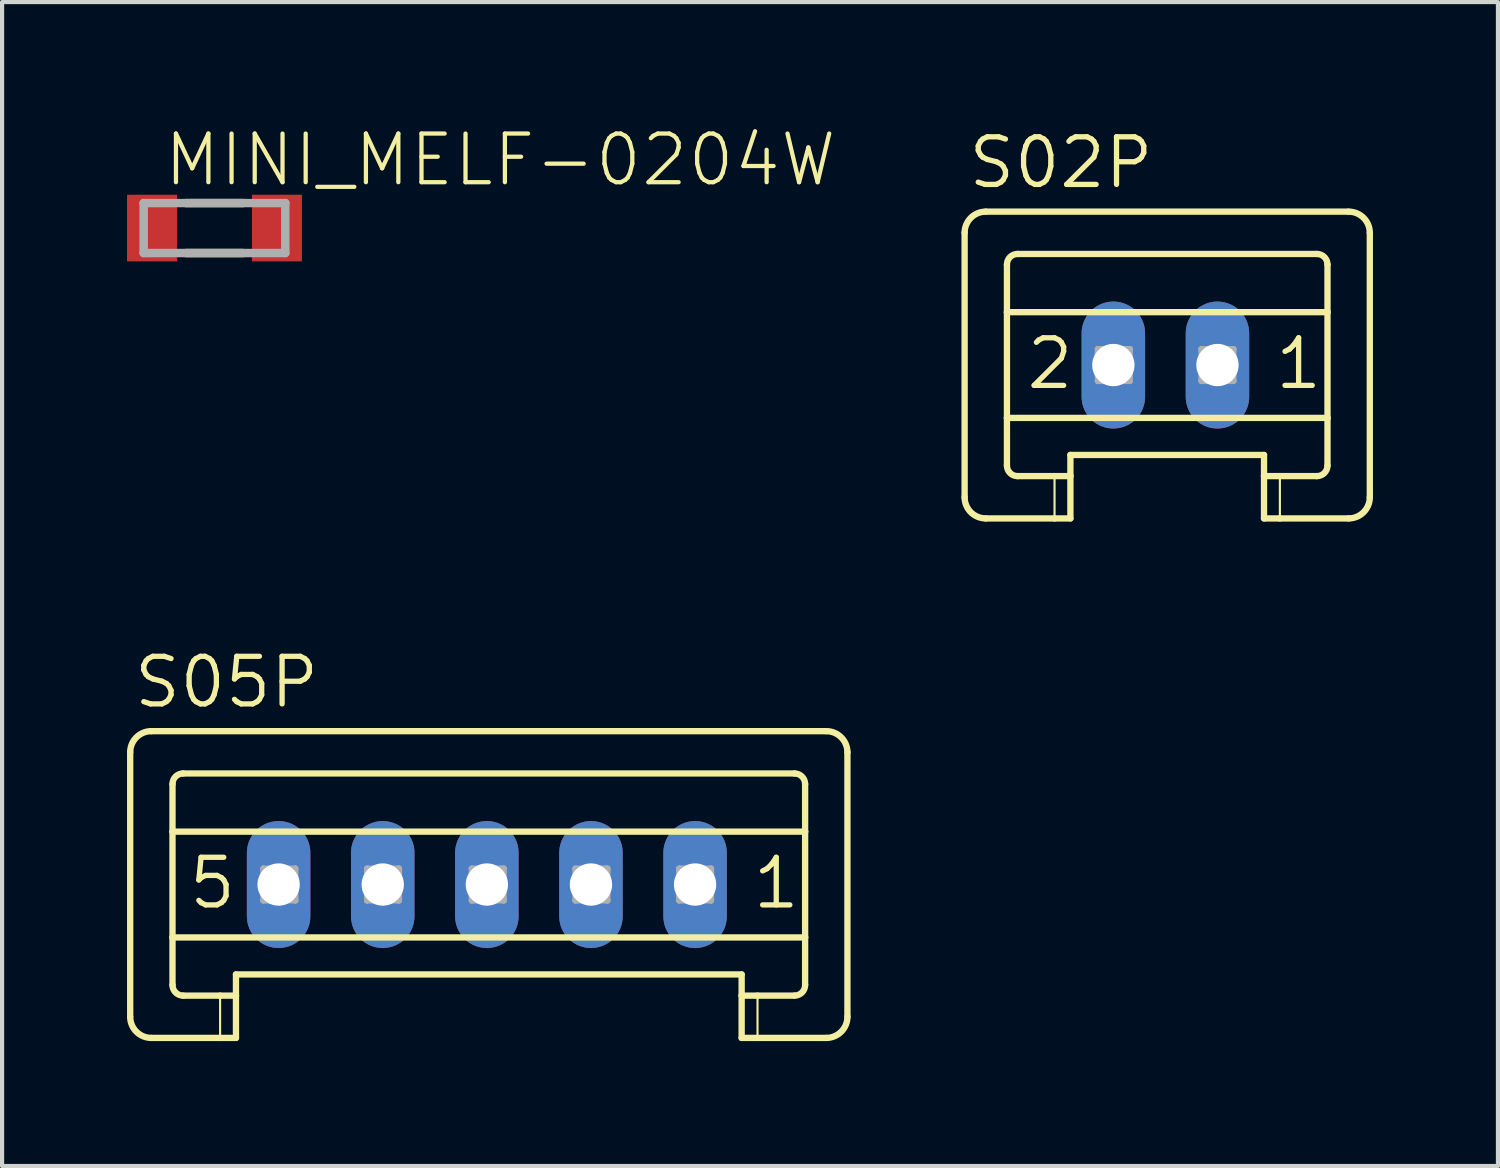
<source format=kicad_pcb>
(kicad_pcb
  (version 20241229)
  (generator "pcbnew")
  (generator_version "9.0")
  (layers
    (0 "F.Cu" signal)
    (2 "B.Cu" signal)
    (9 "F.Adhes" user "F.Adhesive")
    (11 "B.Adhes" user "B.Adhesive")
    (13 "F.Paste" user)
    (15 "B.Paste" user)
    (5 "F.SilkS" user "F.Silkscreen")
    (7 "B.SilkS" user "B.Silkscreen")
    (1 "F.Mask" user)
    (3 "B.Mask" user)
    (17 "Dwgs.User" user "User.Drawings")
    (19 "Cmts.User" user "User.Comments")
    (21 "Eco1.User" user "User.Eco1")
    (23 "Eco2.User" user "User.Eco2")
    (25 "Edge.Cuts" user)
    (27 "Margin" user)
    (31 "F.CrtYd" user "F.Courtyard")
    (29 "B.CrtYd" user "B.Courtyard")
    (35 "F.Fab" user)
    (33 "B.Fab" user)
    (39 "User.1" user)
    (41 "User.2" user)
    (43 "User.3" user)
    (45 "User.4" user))
  (footprint "MINI_MELF-0204W"
    (layer "F.Cu")
    (at 2.1 2.426)
    (property "Reference" "MINI_MELF-0204W" (at -1.27 -0.953 0) (layer "F.SilkS") (effects (font (size 1.168 1.168) (thickness 0.102)) (justify left bottom)))
    (fp_line (start -0.684 0.6) (end 0.684 0.6) (stroke (width 0.203) (type solid)) (layer "F.SilkS"))
    (fp_line (start 0.684 -0.6) (end -0.684 -0.6) (stroke (width 0.203) (type solid)) (layer "F.SilkS"))
    (fp_line (start -1.7 -0.6) (end -1.7 0.6) (stroke (width 0.203) (type solid)) (layer "F.Fab"))
    (fp_line (start -1.7 0.6) (end 1.7 0.6) (stroke (width 0.203) (type solid)) (layer "F.Fab"))
    (fp_line (start 1.7 -0.6) (end -1.7 -0.6) (stroke (width 0.203) (type solid)) (layer "F.Fab"))
    (fp_line (start 1.7 0.6) (end 1.7 -0.6) (stroke (width 0.203) (type solid)) (layer "F.Fab"))
    (pad "1" smd rect (at -1.5 0) (size 1.2 1.6) (layers "F.Cu" "F.Mask" "F.Paste"))
    (pad "2" smd rect (at 1.5 0) (size 1.2 1.6) (layers "F.Cu" "F.Mask" "F.Paste")))
  (footprint "S05P"
    (layer "F.Cu")
    (at 8.64 18.189)
    (property "Reference" "S05P" (at -8.538 -4.191 0) (layer "F.SilkS") (effects (font (size 1.143 1.143) (thickness 0.127)) (justify left bottom)))
    (fp_line (start -8.564 -3.175) (end -8.564 3.175) (stroke (width 0.152) (type solid)) (layer "F.SilkS"))
    (fp_line (start -8.056 -3.683) (end 8.15 -3.683) (stroke (width 0.152) (type solid)) (layer "F.SilkS"))
    (fp_line (start -7.548 -1.27) (end -7.548 -2.413) (stroke (width 0.152) (type solid)) (layer "F.SilkS"))
    (fp_line (start -7.548 -1.27) (end 7.642 -1.27) (stroke (width 0.152) (type solid)) (layer "F.SilkS"))
    (fp_line (start -7.548 1.27) (end -7.548 -1.27) (stroke (width 0.152) (type solid)) (layer "F.SilkS"))
    (fp_line (start -7.548 1.27) (end 7.642 1.27) (stroke (width 0.152) (type solid)) (layer "F.SilkS"))
    (fp_line (start -7.548 2.413) (end -7.548 1.27) (stroke (width 0.152) (type solid)) (layer "F.SilkS"))
    (fp_line (start -7.294 -2.667) (end 7.388 -2.667) (stroke (width 0.152) (type solid)) (layer "F.SilkS"))
    (fp_line (start -7.294 2.667) (end -6.405 2.667) (stroke (width 0.152) (type solid)) (layer "F.SilkS"))
    (fp_line (start -6.405 2.667) (end -6.405 3.683) (stroke (width 0.051) (type solid)) (layer "F.SilkS"))
    (fp_line (start -6.405 2.667) (end -6.024 2.667) (stroke (width 0.152) (type solid)) (layer "F.SilkS"))
    (fp_line (start -6.405 3.683) (end -8.056 3.683) (stroke (width 0.152) (type solid)) (layer "F.SilkS"))
    (fp_line (start -6.024 2.159) (end 6.118 2.159) (stroke (width 0.152) (type solid)) (layer "F.SilkS"))
    (fp_line (start -6.024 2.667) (end -6.024 2.159) (stroke (width 0.152) (type solid)) (layer "F.SilkS"))
    (fp_line (start -6.024 2.667) (end -6.024 3.683) (stroke (width 0.152) (type solid)) (layer "F.SilkS"))
    (fp_line (start -6.024 3.683) (end -6.405 3.683) (stroke (width 0.152) (type solid)) (layer "F.SilkS"))
    (fp_line (start 6.118 2.667) (end 6.118 2.159) (stroke (width 0.152) (type solid)) (layer "F.SilkS"))
    (fp_line (start 6.118 2.667) (end 6.499 2.667) (stroke (width 0.152) (type solid)) (layer "F.SilkS"))
    (fp_line (start 6.118 3.683) (end 6.118 2.667) (stroke (width 0.152) (type solid)) (layer "F.SilkS"))
    (fp_line (start 6.499 2.667) (end 6.499 3.683) (stroke (width 0.051) (type solid)) (layer "F.SilkS"))
    (fp_line (start 6.499 2.667) (end 7.388 2.667) (stroke (width 0.152) (type solid)) (layer "F.SilkS"))
    (fp_line (start 6.499 3.683) (end 6.118 3.683) (stroke (width 0.152) (type solid)) (layer "F.SilkS"))
    (fp_line (start 7.642 -1.27) (end 7.642 -2.413) (stroke (width 0.152) (type solid)) (layer "F.SilkS"))
    (fp_line (start 7.642 1.27) (end 7.642 -1.27) (stroke (width 0.152) (type solid)) (layer "F.SilkS"))
    (fp_line (start 7.642 2.413) (end 7.642 1.27) (stroke (width 0.152) (type solid)) (layer "F.SilkS"))
    (fp_line (start 8.15 3.683) (end 6.499 3.683) (stroke (width 0.152) (type solid)) (layer "F.SilkS"))
    (fp_line (start 8.658 -3.175) (end 8.658 3.175) (stroke (width 0.152) (type solid)) (layer "F.SilkS"))
    (fp_arc (start -8.564 -3.175) (mid -8.41521 -3.53421) (end -8.056 -3.683) (stroke (width 0.1524) (type solid)) (layer "F.SilkS"))
    (fp_arc (start -8.056 3.683) (mid -8.41521 3.53421) (end -8.564 3.175) (stroke (width 0.1524) (type solid)) (layer "F.SilkS"))
    (fp_arc (start -7.548 -2.413) (mid -7.473605 -2.592605) (end -7.294 -2.667) (stroke (width 0.1524) (type solid)) (layer "F.SilkS"))
    (fp_arc (start -7.294 2.667) (mid -7.473605 2.592605) (end -7.548 2.413) (stroke (width 0.1524) (type solid)) (layer "F.SilkS"))
    (fp_arc (start 7.388 -2.667) (mid 7.567605 -2.592605) (end 7.642 -2.413) (stroke (width 0.1524) (type solid)) (layer "F.SilkS"))
    (fp_arc (start 7.642 2.413) (mid 7.567605 2.592605) (end 7.388 2.667) (stroke (width 0.1524) (type solid)) (layer "F.SilkS"))
    (fp_arc (start 8.15 -3.683) (mid 8.50921 -3.53421) (end 8.658 -3.175) (stroke (width 0.1524) (type solid)) (layer "F.SilkS"))
    (fp_arc (start 8.658 3.175) (mid 8.50921 3.53421) (end 8.15 3.683) (stroke (width 0.1524) (type solid)) (layer "F.SilkS"))
    (fp_line (start -5.363 -0.381) (end -5.363 0.381) (stroke (width 0.152) (type solid)) (layer "F.Fab"))
    (fp_line (start -5.363 -0.381) (end -4.601 0.381) (stroke (width 0.152) (type solid)) (layer "F.Fab"))
    (fp_line (start -5.363 0.381) (end -4.601 0.381) (stroke (width 0.152) (type solid)) (layer "F.Fab"))
    (fp_line (start -4.601 -0.381) (end -5.363 -0.381) (stroke (width 0.152) (type solid)) (layer "F.Fab"))
    (fp_line (start -4.601 -0.381) (end -5.363 0.381) (stroke (width 0.152) (type solid)) (layer "F.Fab"))
    (fp_line (start -4.601 0.381) (end -4.601 -0.381) (stroke (width 0.152) (type solid)) (layer "F.Fab"))
    (fp_line (start -2.874 -0.381) (end -2.874 0.381) (stroke (width 0.152) (type solid)) (layer "F.Fab"))
    (fp_line (start -2.874 -0.381) (end -2.112 0.381) (stroke (width 0.152) (type solid)) (layer "F.Fab"))
    (fp_line (start -2.874 0.381) (end -2.112 0.381) (stroke (width 0.152) (type solid)) (layer "F.Fab"))
    (fp_line (start -2.112 -0.381) (end -2.874 -0.381) (stroke (width 0.152) (type solid)) (layer "F.Fab"))
    (fp_line (start -2.112 -0.381) (end -2.874 0.381) (stroke (width 0.152) (type solid)) (layer "F.Fab"))
    (fp_line (start -2.112 0.381) (end -2.112 -0.381) (stroke (width 0.152) (type solid)) (layer "F.Fab"))
    (fp_line (start -0.359 -0.381) (end -0.359 0.381) (stroke (width 0.152) (type solid)) (layer "F.Fab"))
    (fp_line (start -0.359 -0.381) (end 0.403 0.381) (stroke (width 0.152) (type solid)) (layer "F.Fab"))
    (fp_line (start -0.359 0.381) (end 0.403 0.381) (stroke (width 0.152) (type solid)) (layer "F.Fab"))
    (fp_line (start 0.403 -0.381) (end -0.359 -0.381) (stroke (width 0.152) (type solid)) (layer "F.Fab"))
    (fp_line (start 0.403 -0.381) (end -0.359 0.381) (stroke (width 0.152) (type solid)) (layer "F.Fab"))
    (fp_line (start 0.403 0.381) (end 0.403 -0.381) (stroke (width 0.152) (type solid)) (layer "F.Fab"))
    (fp_line (start 2.13 -0.381) (end 2.13 0.381) (stroke (width 0.152) (type solid)) (layer "F.Fab"))
    (fp_line (start 2.13 -0.381) (end 2.892 0.381) (stroke (width 0.152) (type solid)) (layer "F.Fab"))
    (fp_line (start 2.13 0.381) (end 2.892 0.381) (stroke (width 0.152) (type solid)) (layer "F.Fab"))
    (fp_line (start 2.892 -0.381) (end 2.13 -0.381) (stroke (width 0.152) (type solid)) (layer "F.Fab"))
    (fp_line (start 2.892 -0.381) (end 2.13 0.381) (stroke (width 0.152) (type solid)) (layer "F.Fab"))
    (fp_line (start 2.892 0.381) (end 2.892 -0.381) (stroke (width 0.152) (type solid)) (layer "F.Fab"))
    (fp_line (start 4.619 -0.381) (end 4.619 0.381) (stroke (width 0.152) (type solid)) (layer "F.Fab"))
    (fp_line (start 4.619 -0.381) (end 5.381 0.381) (stroke (width 0.152) (type solid)) (layer "F.Fab"))
    (fp_line (start 4.619 0.381) (end 5.381 0.381) (stroke (width 0.152) (type solid)) (layer "F.Fab"))
    (fp_line (start 5.381 -0.381) (end 4.619 -0.381) (stroke (width 0.152) (type solid)) (layer "F.Fab"))
    (fp_line (start 5.381 -0.381) (end 4.619 0.381) (stroke (width 0.152) (type solid)) (layer "F.Fab"))
    (fp_line (start 5.381 0.381) (end 5.381 -0.381) (stroke (width 0.152) (type solid)) (layer "F.Fab"))
    (fp_text user "1" (at 6.321 0.635 0) (layer "F.SilkS") (effects (font (size 1.143 1.143) (thickness 0.127)) (justify left bottom)))
    (fp_text user "5" (at -7.217 0.635 0) (layer "F.SilkS") (effects (font (size 1.143 1.143) (thickness 0.127)) (justify left bottom)))
    (pad "1" thru_hole oval (at 5 0 90) (size 3.048 1.524) (drill 1.016) (layers "*.Cu" "*.Mask"))
    (pad "2" thru_hole oval (at 2.5 0 90) (size 3.048 1.524) (drill 1.016) (layers "*.Cu" "*.Mask"))
    (pad "3" thru_hole oval (at 0 0 90) (size 3.048 1.524) (drill 1.016) (layers "*.Cu" "*.Mask"))
    (pad "4" thru_hole oval (at -2.5 0 90) (size 3.048 1.524) (drill 1.016) (layers "*.Cu" "*.Mask"))
    (pad "5" thru_hole oval (at -5 0 90) (size 3.048 1.524) (drill 1.016) (layers "*.Cu" "*.Mask")))
  (footprint "S02P"
    (layer "F.Cu")
    (at 24.933 5.715)
    (property "Reference" "S02P" (at -4.795 -4.191 0) (layer "F.SilkS") (effects (font (size 1.143 1.143) (thickness 0.127)) (justify left bottom)))
    (fp_line (start -4.821 -3.175) (end -4.821 3.175) (stroke (width 0.152) (type solid)) (layer "F.SilkS"))
    (fp_line (start -4.313 -3.683) (end 4.4 -3.683) (stroke (width 0.152) (type solid)) (layer "F.SilkS"))
    (fp_line (start -3.805 -1.27) (end -3.805 -2.413) (stroke (width 0.152) (type solid)) (layer "F.SilkS"))
    (fp_line (start -3.805 -1.27) (end 3.892 -1.27) (stroke (width 0.152) (type solid)) (layer "F.SilkS"))
    (fp_line (start -3.805 1.27) (end -3.805 -1.27) (stroke (width 0.152) (type solid)) (layer "F.SilkS"))
    (fp_line (start -3.805 1.27) (end 3.892 1.27) (stroke (width 0.152) (type solid)) (layer "F.SilkS"))
    (fp_line (start -3.805 2.413) (end -3.805 1.27) (stroke (width 0.152) (type solid)) (layer "F.SilkS"))
    (fp_line (start -3.551 -2.667) (end 3.638 -2.667) (stroke (width 0.152) (type solid)) (layer "F.SilkS"))
    (fp_line (start -3.551 2.667) (end -2.662 2.667) (stroke (width 0.152) (type solid)) (layer "F.SilkS"))
    (fp_line (start -2.662 2.667) (end -2.662 3.683) (stroke (width 0.051) (type solid)) (layer "F.SilkS"))
    (fp_line (start -2.662 2.667) (end -2.281 2.667) (stroke (width 0.152) (type solid)) (layer "F.SilkS"))
    (fp_line (start -2.662 3.683) (end -4.313 3.683) (stroke (width 0.152) (type solid)) (layer "F.SilkS"))
    (fp_line (start -2.281 2.159) (end 2.368 2.159) (stroke (width 0.152) (type solid)) (layer "F.SilkS"))
    (fp_line (start -2.281 2.667) (end -2.281 2.159) (stroke (width 0.152) (type solid)) (layer "F.SilkS"))
    (fp_line (start -2.281 2.667) (end -2.281 3.683) (stroke (width 0.152) (type solid)) (layer "F.SilkS"))
    (fp_line (start -2.281 3.683) (end -2.662 3.683) (stroke (width 0.152) (type solid)) (layer "F.SilkS"))
    (fp_line (start 2.368 2.667) (end 2.368 2.159) (stroke (width 0.152) (type solid)) (layer "F.SilkS"))
    (fp_line (start 2.368 2.667) (end 2.749 2.667) (stroke (width 0.152) (type solid)) (layer "F.SilkS"))
    (fp_line (start 2.368 3.683) (end 2.368 2.667) (stroke (width 0.152) (type solid)) (layer "F.SilkS"))
    (fp_line (start 2.749 2.667) (end 2.749 3.683) (stroke (width 0.051) (type solid)) (layer "F.SilkS"))
    (fp_line (start 2.749 2.667) (end 3.638 2.667) (stroke (width 0.152) (type solid)) (layer "F.SilkS"))
    (fp_line (start 2.749 3.683) (end 2.368 3.683) (stroke (width 0.152) (type solid)) (layer "F.SilkS"))
    (fp_line (start 3.892 -1.27) (end 3.892 -2.413) (stroke (width 0.152) (type solid)) (layer "F.SilkS"))
    (fp_line (start 3.892 1.27) (end 3.892 -1.27) (stroke (width 0.152) (type solid)) (layer "F.SilkS"))
    (fp_line (start 3.892 2.413) (end 3.892 1.27) (stroke (width 0.152) (type solid)) (layer "F.SilkS"))
    (fp_line (start 4.4 3.683) (end 2.749 3.683) (stroke (width 0.152) (type solid)) (layer "F.SilkS"))
    (fp_line (start 4.908 -3.175) (end 4.908 3.175) (stroke (width 0.152) (type solid)) (layer "F.SilkS"))
    (fp_arc (start -4.821 -3.175) (mid -4.67221 -3.53421) (end -4.313 -3.683) (stroke (width 0.1524) (type solid)) (layer "F.SilkS"))
    (fp_arc (start -4.313 3.683) (mid -4.67221 3.53421) (end -4.821 3.175) (stroke (width 0.1524) (type solid)) (layer "F.SilkS"))
    (fp_arc (start -3.805 -2.413) (mid -3.730605 -2.592605) (end -3.551 -2.667) (stroke (width 0.1524) (type solid)) (layer "F.SilkS"))
    (fp_arc (start -3.551 2.667) (mid -3.730605 2.592605) (end -3.805 2.413) (stroke (width 0.1524) (type solid)) (layer "F.SilkS"))
    (fp_arc (start 3.638 -2.667) (mid 3.817605 -2.592605) (end 3.892 -2.413) (stroke (width 0.1524) (type solid)) (layer "F.SilkS"))
    (fp_arc (start 3.892 2.413) (mid 3.817605 2.592605) (end 3.638 2.667) (stroke (width 0.1524) (type solid)) (layer "F.SilkS"))
    (fp_arc (start 4.4 -3.683) (mid 4.75921 -3.53421) (end 4.908 -3.175) (stroke (width 0.1524) (type solid)) (layer "F.SilkS"))
    (fp_arc (start 4.908 3.175) (mid 4.75921 3.53421) (end 4.4 3.683) (stroke (width 0.1524) (type solid)) (layer "F.SilkS"))
    (fp_line (start -1.62 -0.381) (end -1.62 0.381) (stroke (width 0.152) (type solid)) (layer "F.Fab"))
    (fp_line (start -1.62 -0.381) (end -0.858 0.381) (stroke (width 0.152) (type solid)) (layer "F.Fab"))
    (fp_line (start -1.62 0.381) (end -0.858 0.381) (stroke (width 0.152) (type solid)) (layer "F.Fab"))
    (fp_line (start -0.858 -0.381) (end -1.62 -0.381) (stroke (width 0.152) (type solid)) (layer "F.Fab"))
    (fp_line (start -0.858 -0.381) (end -1.62 0.381) (stroke (width 0.152) (type solid)) (layer "F.Fab"))
    (fp_line (start -0.858 0.381) (end -0.858 -0.381) (stroke (width 0.152) (type solid)) (layer "F.Fab"))
    (fp_line (start 0.869 -0.381) (end 0.869 0.381) (stroke (width 0.152) (type solid)) (layer "F.Fab"))
    (fp_line (start 0.869 -0.381) (end 1.631 0.381) (stroke (width 0.152) (type solid)) (layer "F.Fab"))
    (fp_line (start 0.869 0.381) (end 1.631 0.381) (stroke (width 0.152) (type solid)) (layer "F.Fab"))
    (fp_line (start 1.631 -0.381) (end 0.869 -0.381) (stroke (width 0.152) (type solid)) (layer "F.Fab"))
    (fp_line (start 1.631 -0.381) (end 0.869 0.381) (stroke (width 0.152) (type solid)) (layer "F.Fab"))
    (fp_line (start 1.631 0.381) (end 1.631 -0.381) (stroke (width 0.152) (type solid)) (layer "F.Fab"))
    (fp_text user "2" (at -3.398 0.635 0) (layer "F.SilkS") (effects (font (size 1.143 1.143) (thickness 0.127)) (justify left bottom)))
    (fp_text user "1" (at 2.571 0.635 0) (layer "F.SilkS") (effects (font (size 1.143 1.143) (thickness 0.127)) (justify left bottom)))
    (pad "1" thru_hole oval (at 1.25 0 90) (size 3.048 1.524) (drill 1.016) (layers "*.Cu" "*.Mask"))
    (pad "2" thru_hole oval (at -1.25 0 90) (size 3.048 1.524) (drill 1.016) (layers "*.Cu" "*.Mask")))
  (gr_rect
    (start -3 -3)
    (end 32.918 24.948)
    (stroke (width 0.1) (type default))
    (fill no)
    (layer "Edge.Cuts")))
</source>
